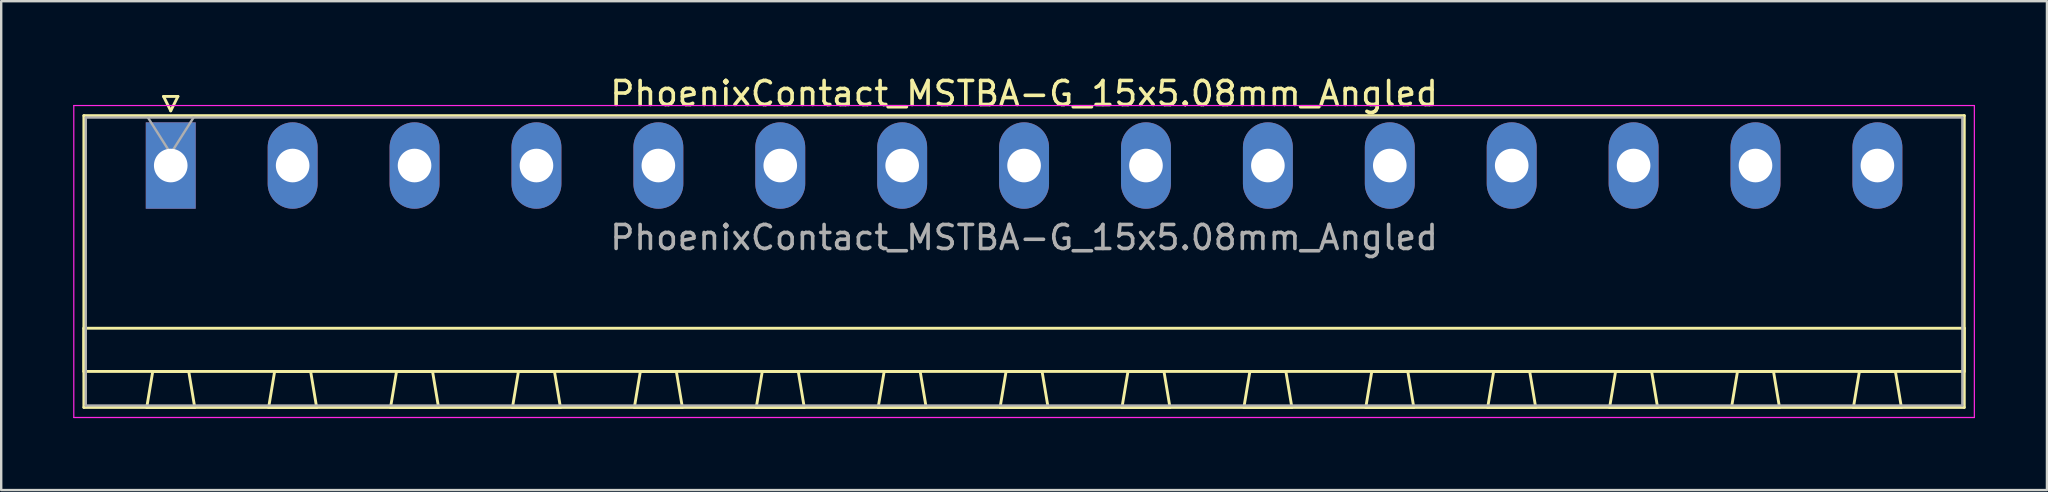
<source format=kicad_pcb>
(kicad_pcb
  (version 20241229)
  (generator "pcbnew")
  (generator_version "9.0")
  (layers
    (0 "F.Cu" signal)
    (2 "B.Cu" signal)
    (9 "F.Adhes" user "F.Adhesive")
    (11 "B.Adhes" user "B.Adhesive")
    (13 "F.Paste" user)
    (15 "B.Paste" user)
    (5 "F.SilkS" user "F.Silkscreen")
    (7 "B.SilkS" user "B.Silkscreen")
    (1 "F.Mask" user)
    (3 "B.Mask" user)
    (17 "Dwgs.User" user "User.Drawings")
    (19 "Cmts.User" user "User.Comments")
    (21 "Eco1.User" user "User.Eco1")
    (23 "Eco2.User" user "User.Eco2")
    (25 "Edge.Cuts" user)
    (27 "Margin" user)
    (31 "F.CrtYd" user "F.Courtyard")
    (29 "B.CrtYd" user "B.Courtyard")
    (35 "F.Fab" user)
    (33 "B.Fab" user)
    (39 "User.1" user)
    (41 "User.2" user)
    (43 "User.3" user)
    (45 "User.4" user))
  (footprint "PhoenixContact_MSTBA-G_15x5.08mm_Angled"
    (layer "F.Cu")
    (at 4.065 3.848)
    (property "Reference" "PhoenixContact_MSTBA-G_15x5.08mm_Angled" (at 35.56 -3 0) (layer "F.SilkS") (effects (font (size 1 1) (thickness 0.15))))
    (attr through_hole)
    (fp_line (start -3.62 -2.08) (end -3.62 10.08) (stroke (width 0.12) (type solid)) (layer "F.SilkS"))
    (fp_line (start -3.62 6.78) (end 74.74 6.78) (stroke (width 0.12) (type solid)) (layer "F.SilkS"))
    (fp_line (start -3.62 8.58) (end -3.62 6.78) (stroke (width 0.12) (type solid)) (layer "F.SilkS"))
    (fp_line (start -3.62 10.08) (end 74.74 10.08) (stroke (width 0.12) (type solid)) (layer "F.SilkS"))
    (fp_line (start -1 10.08) (end 1 10.08) (stroke (width 0.12) (type solid)) (layer "F.SilkS"))
    (fp_line (start -0.75 8.58) (end -1 10.08) (stroke (width 0.12) (type solid)) (layer "F.SilkS"))
    (fp_line (start -0.3 -2.88) (end 0.3 -2.88) (stroke (width 0.12) (type solid)) (layer "F.SilkS"))
    (fp_line (start 0 -2.28) (end -0.3 -2.88) (stroke (width 0.12) (type solid)) (layer "F.SilkS"))
    (fp_line (start 0.3 -2.88) (end 0 -2.28) (stroke (width 0.12) (type solid)) (layer "F.SilkS"))
    (fp_line (start 0.75 8.58) (end -0.75 8.58) (stroke (width 0.12) (type solid)) (layer "F.SilkS"))
    (fp_line (start 1 10.08) (end 0.75 8.58) (stroke (width 0.12) (type solid)) (layer "F.SilkS"))
    (fp_line (start 4.08 10.08) (end 6.08 10.08) (stroke (width 0.12) (type solid)) (layer "F.SilkS"))
    (fp_line (start 4.33 8.58) (end 4.08 10.08) (stroke (width 0.12) (type solid)) (layer "F.SilkS"))
    (fp_line (start 5.83 8.58) (end 4.33 8.58) (stroke (width 0.12) (type solid)) (layer "F.SilkS"))
    (fp_line (start 6.08 10.08) (end 5.83 8.58) (stroke (width 0.12) (type solid)) (layer "F.SilkS"))
    (fp_line (start 9.16 10.08) (end 11.16 10.08) (stroke (width 0.12) (type solid)) (layer "F.SilkS"))
    (fp_line (start 9.41 8.58) (end 9.16 10.08) (stroke (width 0.12) (type solid)) (layer "F.SilkS"))
    (fp_line (start 10.91 8.58) (end 9.41 8.58) (stroke (width 0.12) (type solid)) (layer "F.SilkS"))
    (fp_line (start 11.16 10.08) (end 10.91 8.58) (stroke (width 0.12) (type solid)) (layer "F.SilkS"))
    (fp_line (start 14.24 10.08) (end 16.24 10.08) (stroke (width 0.12) (type solid)) (layer "F.SilkS"))
    (fp_line (start 14.49 8.58) (end 14.24 10.08) (stroke (width 0.12) (type solid)) (layer "F.SilkS"))
    (fp_line (start 15.99 8.58) (end 14.49 8.58) (stroke (width 0.12) (type solid)) (layer "F.SilkS"))
    (fp_line (start 16.24 10.08) (end 15.99 8.58) (stroke (width 0.12) (type solid)) (layer "F.SilkS"))
    (fp_line (start 19.32 10.08) (end 21.32 10.08) (stroke (width 0.12) (type solid)) (layer "F.SilkS"))
    (fp_line (start 19.57 8.58) (end 19.32 10.08) (stroke (width 0.12) (type solid)) (layer "F.SilkS"))
    (fp_line (start 21.07 8.58) (end 19.57 8.58) (stroke (width 0.12) (type solid)) (layer "F.SilkS"))
    (fp_line (start 21.32 10.08) (end 21.07 8.58) (stroke (width 0.12) (type solid)) (layer "F.SilkS"))
    (fp_line (start 24.4 10.08) (end 26.4 10.08) (stroke (width 0.12) (type solid)) (layer "F.SilkS"))
    (fp_line (start 24.65 8.58) (end 24.4 10.08) (stroke (width 0.12) (type solid)) (layer "F.SilkS"))
    (fp_line (start 26.15 8.58) (end 24.65 8.58) (stroke (width 0.12) (type solid)) (layer "F.SilkS"))
    (fp_line (start 26.4 10.08) (end 26.15 8.58) (stroke (width 0.12) (type solid)) (layer "F.SilkS"))
    (fp_line (start 29.48 10.08) (end 31.48 10.08) (stroke (width 0.12) (type solid)) (layer "F.SilkS"))
    (fp_line (start 29.73 8.58) (end 29.48 10.08) (stroke (width 0.12) (type solid)) (layer "F.SilkS"))
    (fp_line (start 31.23 8.58) (end 29.73 8.58) (stroke (width 0.12) (type solid)) (layer "F.SilkS"))
    (fp_line (start 31.48 10.08) (end 31.23 8.58) (stroke (width 0.12) (type solid)) (layer "F.SilkS"))
    (fp_line (start 34.56 10.08) (end 36.56 10.08) (stroke (width 0.12) (type solid)) (layer "F.SilkS"))
    (fp_line (start 34.81 8.58) (end 34.56 10.08) (stroke (width 0.12) (type solid)) (layer "F.SilkS"))
    (fp_line (start 36.31 8.58) (end 34.81 8.58) (stroke (width 0.12) (type solid)) (layer "F.SilkS"))
    (fp_line (start 36.56 10.08) (end 36.31 8.58) (stroke (width 0.12) (type solid)) (layer "F.SilkS"))
    (fp_line (start 39.64 10.08) (end 41.64 10.08) (stroke (width 0.12) (type solid)) (layer "F.SilkS"))
    (fp_line (start 39.89 8.58) (end 39.64 10.08) (stroke (width 0.12) (type solid)) (layer "F.SilkS"))
    (fp_line (start 41.39 8.58) (end 39.89 8.58) (stroke (width 0.12) (type solid)) (layer "F.SilkS"))
    (fp_line (start 41.64 10.08) (end 41.39 8.58) (stroke (width 0.12) (type solid)) (layer "F.SilkS"))
    (fp_line (start 44.72 10.08) (end 46.72 10.08) (stroke (width 0.12) (type solid)) (layer "F.SilkS"))
    (fp_line (start 44.97 8.58) (end 44.72 10.08) (stroke (width 0.12) (type solid)) (layer "F.SilkS"))
    (fp_line (start 46.47 8.58) (end 44.97 8.58) (stroke (width 0.12) (type solid)) (layer "F.SilkS"))
    (fp_line (start 46.72 10.08) (end 46.47 8.58) (stroke (width 0.12) (type solid)) (layer "F.SilkS"))
    (fp_line (start 49.8 10.08) (end 51.8 10.08) (stroke (width 0.12) (type solid)) (layer "F.SilkS"))
    (fp_line (start 50.05 8.58) (end 49.8 10.08) (stroke (width 0.12) (type solid)) (layer "F.SilkS"))
    (fp_line (start 51.55 8.58) (end 50.05 8.58) (stroke (width 0.12) (type solid)) (layer "F.SilkS"))
    (fp_line (start 51.8 10.08) (end 51.55 8.58) (stroke (width 0.12) (type solid)) (layer "F.SilkS"))
    (fp_line (start 54.88 10.08) (end 56.88 10.08) (stroke (width 0.12) (type solid)) (layer "F.SilkS"))
    (fp_line (start 55.13 8.58) (end 54.88 10.08) (stroke (width 0.12) (type solid)) (layer "F.SilkS"))
    (fp_line (start 56.63 8.58) (end 55.13 8.58) (stroke (width 0.12) (type solid)) (layer "F.SilkS"))
    (fp_line (start 56.88 10.08) (end 56.63 8.58) (stroke (width 0.12) (type solid)) (layer "F.SilkS"))
    (fp_line (start 59.96 10.08) (end 61.96 10.08) (stroke (width 0.12) (type solid)) (layer "F.SilkS"))
    (fp_line (start 60.21 8.58) (end 59.96 10.08) (stroke (width 0.12) (type solid)) (layer "F.SilkS"))
    (fp_line (start 61.71 8.58) (end 60.21 8.58) (stroke (width 0.12) (type solid)) (layer "F.SilkS"))
    (fp_line (start 61.96 10.08) (end 61.71 8.58) (stroke (width 0.12) (type solid)) (layer "F.SilkS"))
    (fp_line (start 65.04 10.08) (end 67.04 10.08) (stroke (width 0.12) (type solid)) (layer "F.SilkS"))
    (fp_line (start 65.29 8.58) (end 65.04 10.08) (stroke (width 0.12) (type solid)) (layer "F.SilkS"))
    (fp_line (start 66.79 8.58) (end 65.29 8.58) (stroke (width 0.12) (type solid)) (layer "F.SilkS"))
    (fp_line (start 67.04 10.08) (end 66.79 8.58) (stroke (width 0.12) (type solid)) (layer "F.SilkS"))
    (fp_line (start 70.12 10.08) (end 72.12 10.08) (stroke (width 0.12) (type solid)) (layer "F.SilkS"))
    (fp_line (start 70.37 8.58) (end 70.12 10.08) (stroke (width 0.12) (type solid)) (layer "F.SilkS"))
    (fp_line (start 71.87 8.58) (end 70.37 8.58) (stroke (width 0.12) (type solid)) (layer "F.SilkS"))
    (fp_line (start 72.12 10.08) (end 71.87 8.58) (stroke (width 0.12) (type solid)) (layer "F.SilkS"))
    (fp_line (start 74.74 -2.08) (end -3.62 -2.08) (stroke (width 0.12) (type solid)) (layer "F.SilkS"))
    (fp_line (start 74.74 6.78) (end 74.74 8.58) (stroke (width 0.12) (type solid)) (layer "F.SilkS"))
    (fp_line (start 74.74 8.58) (end -3.62 8.58) (stroke (width 0.12) (type solid)) (layer "F.SilkS"))
    (fp_line (start 74.74 10.08) (end 74.74 -2.08) (stroke (width 0.12) (type solid)) (layer "F.SilkS"))
    (fp_line (start -4.04 -2.5) (end -4.04 10.5) (stroke (width 0.05) (type solid)) (layer "F.CrtYd"))
    (fp_line (start -4.04 10.5) (end 75.16 10.5) (stroke (width 0.05) (type solid)) (layer "F.CrtYd"))
    (fp_line (start 75.16 -2.5) (end -4.04 -2.5) (stroke (width 0.05) (type solid)) (layer "F.CrtYd"))
    (fp_line (start 75.16 10.5) (end 75.16 -2.5) (stroke (width 0.05) (type solid)) (layer "F.CrtYd"))
    (fp_line (start -3.54 -2) (end -3.54 10) (stroke (width 0.1) (type solid)) (layer "F.Fab"))
    (fp_line (start -3.54 10) (end 74.66 10) (stroke (width 0.1) (type solid)) (layer "F.Fab"))
    (fp_line (start 0 -0.5) (end -0.95 -2) (stroke (width 0.1) (type solid)) (layer "F.Fab"))
    (fp_line (start 0.95 -2) (end 0 -0.5) (stroke (width 0.1) (type solid)) (layer "F.Fab"))
    (fp_line (start 74.66 -2) (end -3.54 -2) (stroke (width 0.1) (type solid)) (layer "F.Fab"))
    (fp_line (start 74.66 10) (end 74.66 -2) (stroke (width 0.1) (type solid)) (layer "F.Fab"))
    (fp_text user "${REFERENCE}" (at 35.56 3 0) (layer "F.Fab") (effects (font (size 1 1) (thickness 0.15))))
    (pad "1" thru_hole rect (at 0 0) (size 2.08 3.6) (drill 1.4) (layers "*.Cu" "*.Mask"))
    (pad "2" thru_hole oval (at 5.08 0) (size 2.08 3.6) (drill 1.4) (layers "*.Cu" "*.Mask"))
    (pad "3" thru_hole oval (at 10.16 0) (size 2.08 3.6) (drill 1.4) (layers "*.Cu" "*.Mask"))
    (pad "4" thru_hole oval (at 15.24 0) (size 2.08 3.6) (drill 1.4) (layers "*.Cu" "*.Mask"))
    (pad "5" thru_hole oval (at 20.32 0) (size 2.08 3.6) (drill 1.4) (layers "*.Cu" "*.Mask"))
    (pad "6" thru_hole oval (at 25.4 0) (size 2.08 3.6) (drill 1.4) (layers "*.Cu" "*.Mask"))
    (pad "7" thru_hole oval (at 30.48 0) (size 2.08 3.6) (drill 1.4) (layers "*.Cu" "*.Mask"))
    (pad "8" thru_hole oval (at 35.56 0) (size 2.08 3.6) (drill 1.4) (layers "*.Cu" "*.Mask"))
    (pad "9" thru_hole oval (at 40.64 0) (size 2.08 3.6) (drill 1.4) (layers "*.Cu" "*.Mask"))
    (pad "10" thru_hole oval (at 45.72 0) (size 2.08 3.6) (drill 1.4) (layers "*.Cu" "*.Mask"))
    (pad "11" thru_hole oval (at 50.8 0) (size 2.08 3.6) (drill 1.4) (layers "*.Cu" "*.Mask"))
    (pad "12" thru_hole oval (at 55.88 0) (size 2.08 3.6) (drill 1.4) (layers "*.Cu" "*.Mask"))
    (pad "13" thru_hole oval (at 60.96 0) (size 2.08 3.6) (drill 1.4) (layers "*.Cu" "*.Mask"))
    (pad "14" thru_hole oval (at 66.04 0) (size 2.08 3.6) (drill 1.4) (layers "*.Cu" "*.Mask"))
    (pad "15" thru_hole oval (at 71.12 0) (size 2.08 3.6) (drill 1.4) (layers "*.Cu" "*.Mask")))
  (gr_rect
    (start -3 -3)
    (end 82.25 17.373)
    (stroke (width 0.1) (type default))
    (fill no)
    (layer "Edge.Cuts")))
</source>
